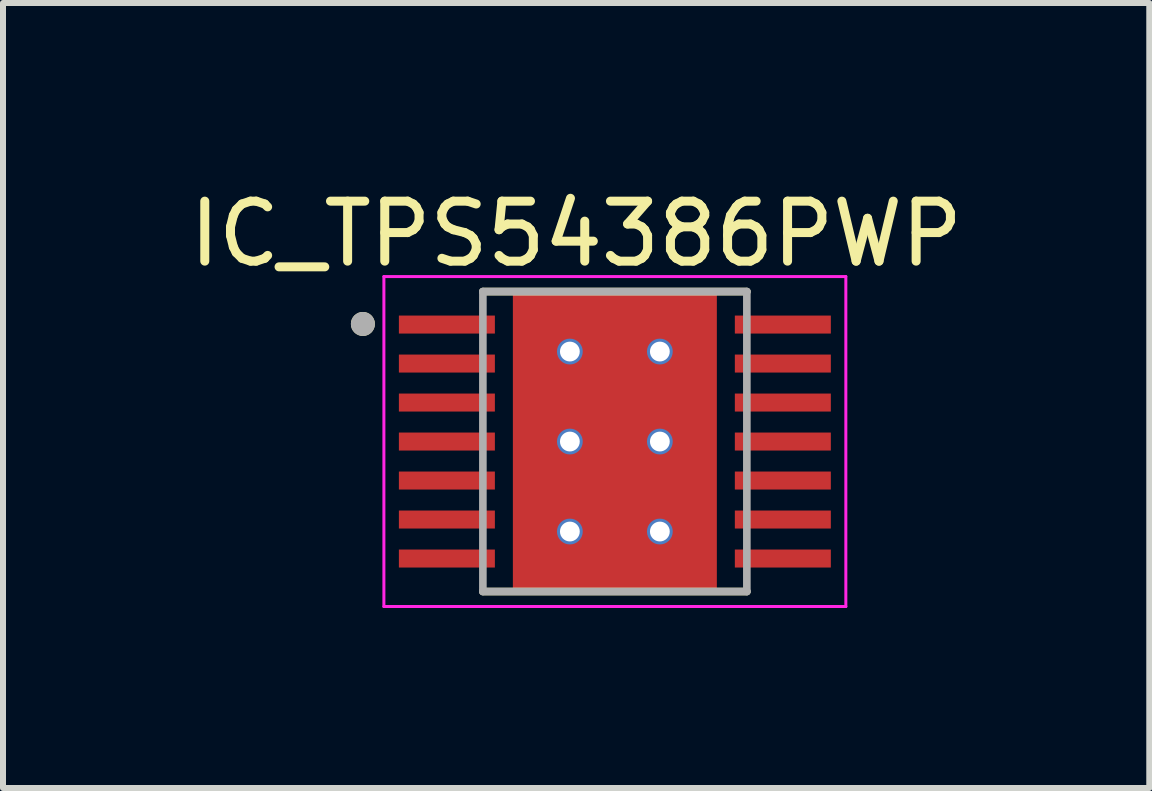
<source format=kicad_pcb>
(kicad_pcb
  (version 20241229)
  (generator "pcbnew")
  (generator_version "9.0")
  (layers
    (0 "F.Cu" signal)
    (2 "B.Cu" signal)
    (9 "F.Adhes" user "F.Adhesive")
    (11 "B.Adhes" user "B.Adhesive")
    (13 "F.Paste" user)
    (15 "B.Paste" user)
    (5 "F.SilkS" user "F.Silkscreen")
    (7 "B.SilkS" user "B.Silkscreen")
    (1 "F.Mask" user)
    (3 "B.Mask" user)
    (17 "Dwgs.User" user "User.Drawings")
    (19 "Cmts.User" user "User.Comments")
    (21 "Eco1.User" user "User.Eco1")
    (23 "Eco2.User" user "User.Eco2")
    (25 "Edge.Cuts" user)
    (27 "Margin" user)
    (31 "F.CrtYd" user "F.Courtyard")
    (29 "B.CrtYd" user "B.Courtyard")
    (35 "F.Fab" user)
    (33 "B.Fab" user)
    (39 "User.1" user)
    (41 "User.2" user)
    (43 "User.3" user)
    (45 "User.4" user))
  (footprint "IC_TPS54386PWP"
    (layer "F.Cu")
    (at 7.199 4.31)
    (property "Reference" "IC_TPS54386PWP" (at -0.645 -3.462 0) (layer "F.SilkS") (effects (font (size 1 1) (thickness 0.15))))
    (attr smd)
    (fp_poly (pts (xy -1.23 -1.155) (xy 1.23 -1.155) (xy 1.23 1.155) (xy -1.23 1.155)) (stroke (width 0.01) (type solid)) (fill yes) (layer "F.Mask"))
    (fp_line (start -2.2 -2.5) (end 2.2 -2.5) (stroke (width 0.127) (type solid)) (layer "F.SilkS"))
    (fp_line (start -2.2 2.5) (end 2.2 2.5) (stroke (width 0.127) (type solid)) (layer "F.SilkS"))
    (fp_circle (center -4.2 -1.96) (end -4.1 -1.96) (stroke (width 0.2) (type solid)) (fill no) (layer "F.SilkS"))
    (fp_poly (pts (xy -3.575 -2.075) (xy -2.025 -2.075) (xy -2.025 -1.825) (xy -3.575 -1.825)) (stroke (width 0.01) (type solid)) (fill yes) (layer "F.Paste"))
    (fp_poly (pts (xy -3.575 -1.425) (xy -2.025 -1.425) (xy -2.025 -1.175) (xy -3.575 -1.175)) (stroke (width 0.01) (type solid)) (fill yes) (layer "F.Paste"))
    (fp_poly (pts (xy -3.575 -0.775) (xy -2.025 -0.775) (xy -2.025 -0.525) (xy -3.575 -0.525)) (stroke (width 0.01) (type solid)) (fill yes) (layer "F.Paste"))
    (fp_poly (pts (xy -3.575 -0.125) (xy -2.025 -0.125) (xy -2.025 0.125) (xy -3.575 0.125)) (stroke (width 0.01) (type solid)) (fill yes) (layer "F.Paste"))
    (fp_poly (pts (xy -3.575 0.525) (xy -2.025 0.525) (xy -2.025 0.775) (xy -3.575 0.775)) (stroke (width 0.01) (type solid)) (fill yes) (layer "F.Paste"))
    (fp_poly (pts (xy -3.575 1.175) (xy -2.025 1.175) (xy -2.025 1.425) (xy -3.575 1.425)) (stroke (width 0.01) (type solid)) (fill yes) (layer "F.Paste"))
    (fp_poly (pts (xy -3.575 1.825) (xy -2.025 1.825) (xy -2.025 2.075) (xy -3.575 2.075)) (stroke (width 0.01) (type solid)) (fill yes) (layer "F.Paste"))
    (fp_poly (pts (xy -1.23 -1.155) (xy 1.23 -1.155) (xy 1.23 1.155) (xy -1.23 1.155)) (stroke (width 0.01) (type solid)) (fill yes) (layer "F.Paste"))
    (fp_poly (pts (xy 2.025 -2.075) (xy 3.575 -2.075) (xy 3.575 -1.825) (xy 2.025 -1.825)) (stroke (width 0.01) (type solid)) (fill yes) (layer "F.Paste"))
    (fp_poly (pts (xy 2.025 -1.425) (xy 3.575 -1.425) (xy 3.575 -1.175) (xy 2.025 -1.175)) (stroke (width 0.01) (type solid)) (fill yes) (layer "F.Paste"))
    (fp_poly (pts (xy 2.025 -0.775) (xy 3.575 -0.775) (xy 3.575 -0.525) (xy 2.025 -0.525)) (stroke (width 0.01) (type solid)) (fill yes) (layer "F.Paste"))
    (fp_poly (pts (xy 2.025 -0.125) (xy 3.575 -0.125) (xy 3.575 0.125) (xy 2.025 0.125)) (stroke (width 0.01) (type solid)) (fill yes) (layer "F.Paste"))
    (fp_poly (pts (xy 2.025 0.525) (xy 3.575 0.525) (xy 3.575 0.775) (xy 2.025 0.775)) (stroke (width 0.01) (type solid)) (fill yes) (layer "F.Paste"))
    (fp_poly (pts (xy 2.025 1.175) (xy 3.575 1.175) (xy 3.575 1.425) (xy 2.025 1.425)) (stroke (width 0.01) (type solid)) (fill yes) (layer "F.Paste"))
    (fp_poly (pts (xy 2.025 1.825) (xy 3.575 1.825) (xy 3.575 2.075) (xy 2.025 2.075)) (stroke (width 0.01) (type solid)) (fill yes) (layer "F.Paste"))
    (fp_line (start -3.85 -2.75) (end -3.85 2.75) (stroke (width 0.05) (type solid)) (layer "F.CrtYd"))
    (fp_line (start -3.85 -2.75) (end 3.85 -2.75) (stroke (width 0.05) (type solid)) (layer "F.CrtYd"))
    (fp_line (start -3.85 2.75) (end 3.85 2.75) (stroke (width 0.05) (type solid)) (layer "F.CrtYd"))
    (fp_line (start 3.85 -2.75) (end 3.85 2.75) (stroke (width 0.05) (type solid)) (layer "F.CrtYd"))
    (fp_line (start -2.2 -2.5) (end -2.2 2.5) (stroke (width 0.127) (type solid)) (layer "F.Fab"))
    (fp_line (start -2.2 -2.5) (end 2.2 -2.5) (stroke (width 0.127) (type solid)) (layer "F.Fab"))
    (fp_line (start -2.2 2.5) (end 2.2 2.5) (stroke (width 0.127) (type solid)) (layer "F.Fab"))
    (fp_line (start 2.2 -2.5) (end 2.2 2.5) (stroke (width 0.127) (type solid)) (layer "F.Fab"))
    (fp_circle (center -4.2 -1.96) (end -4.1 -1.96) (stroke (width 0.2) (type solid)) (fill no) (layer "F.Fab"))
    (pad "1" smd rect (at -2.8 -1.95) (size 1.6 0.3) (layers "F.Cu" "F.Mask"))
    (pad "2" smd rect (at -2.8 -1.3) (size 1.6 0.3) (layers "F.Cu" "F.Mask"))
    (pad "3" smd rect (at -2.8 -0.65) (size 1.6 0.3) (layers "F.Cu" "F.Mask"))
    (pad "4" smd rect (at -2.8 0) (size 1.6 0.3) (layers "F.Cu" "F.Mask"))
    (pad "5" smd rect (at -2.8 0.65) (size 1.6 0.3) (layers "F.Cu" "F.Mask"))
    (pad "6" smd rect (at -2.8 1.3) (size 1.6 0.3) (layers "F.Cu" "F.Mask"))
    (pad "7" smd rect (at -2.8 1.95) (size 1.6 0.3) (layers "F.Cu" "F.Mask"))
    (pad "8" smd rect (at 2.8 1.95) (size 1.6 0.3) (layers "F.Cu" "F.Mask"))
    (pad "9" smd rect (at 2.8 1.3) (size 1.6 0.3) (layers "F.Cu" "F.Mask"))
    (pad "10" smd rect (at 2.8 0.65) (size 1.6 0.3) (layers "F.Cu" "F.Mask"))
    (pad "11" smd rect (at 2.8 0) (size 1.6 0.3) (layers "F.Cu" "F.Mask"))
    (pad "12" smd rect (at 2.8 -0.65) (size 1.6 0.3) (layers "F.Cu" "F.Mask"))
    (pad "13" smd rect (at 2.8 -1.3) (size 1.6 0.3) (layers "F.Cu" "F.Mask"))
    (pad "14" smd rect (at 2.8 -1.95) (size 1.6 0.3) (layers "F.Cu" "F.Mask"))
    (pad "15" smd rect (at 0 0) (size 3.4 5) (layers "F.Cu"))
    (pad "16" thru_hole circle (at -0.75 -1.5) (size 0.43 0.43) (drill 0.33) (layers "*.Cu"))
    (pad "17" thru_hole circle (at 0.75 -1.5) (size 0.43 0.43) (drill 0.33) (layers "*.Cu"))
    (pad "18" thru_hole circle (at -0.75 0) (size 0.43 0.43) (drill 0.33) (layers "*.Cu"))
    (pad "19" thru_hole circle (at 0.75 0) (size 0.43 0.43) (drill 0.33) (layers "*.Cu"))
    (pad "20" thru_hole circle (at -0.75 1.5) (size 0.43 0.43) (drill 0.33) (layers "*.Cu"))
    (pad "21" thru_hole circle (at 0.75 1.5) (size 0.43 0.43) (drill 0.33) (layers "*.Cu")))
  (gr_rect
    (start -3 -3)
    (end 16.107 10.085)
    (stroke (width 0.1) (type default))
    (fill no)
    (layer "Edge.Cuts")))
</source>
